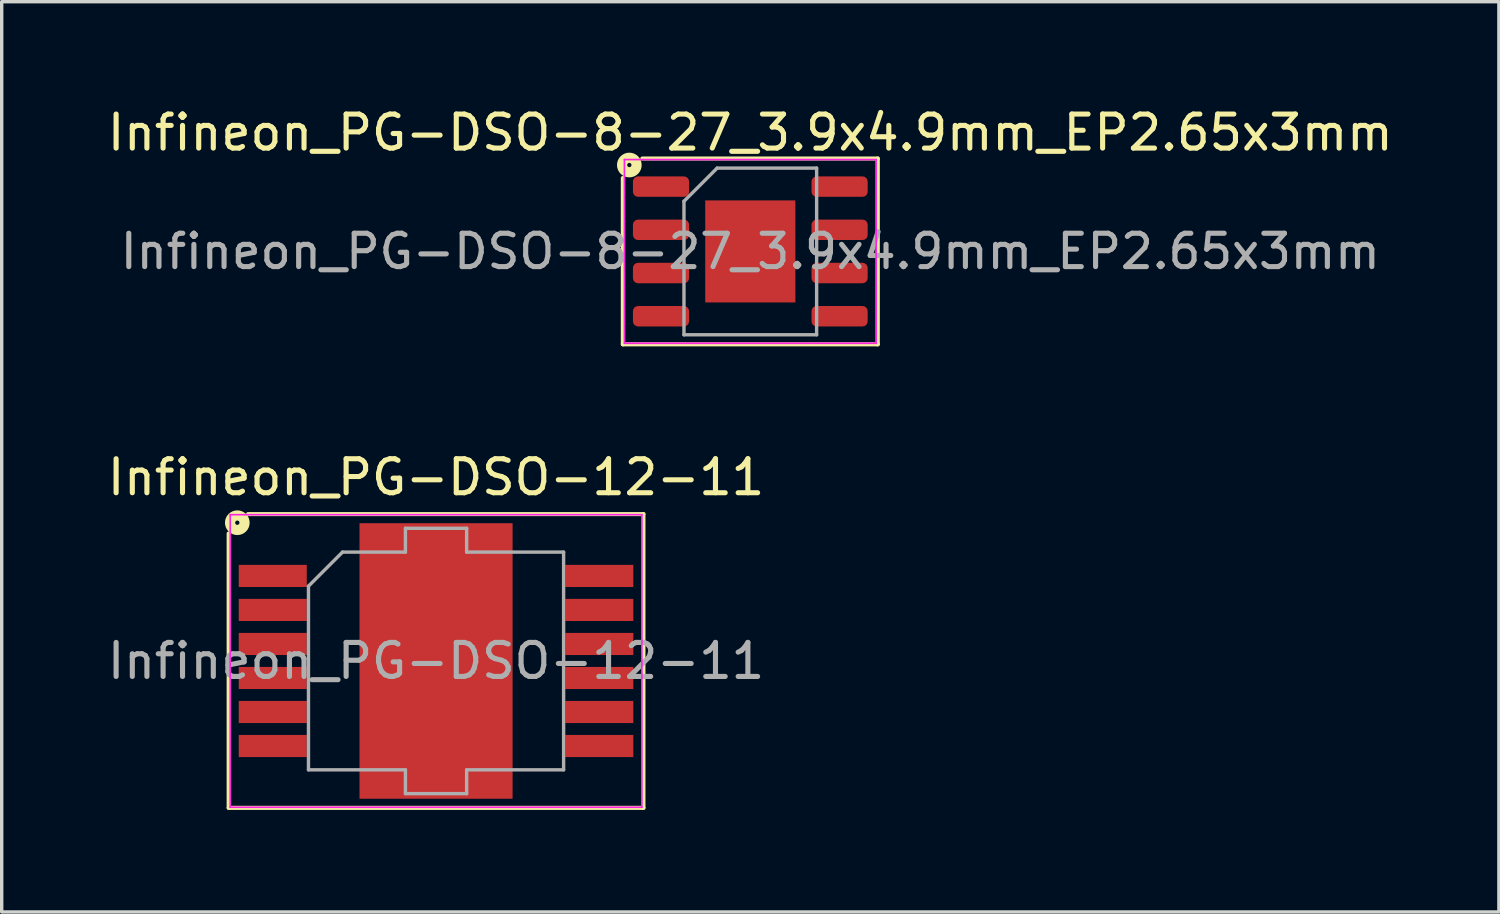
<source format=kicad_pcb>
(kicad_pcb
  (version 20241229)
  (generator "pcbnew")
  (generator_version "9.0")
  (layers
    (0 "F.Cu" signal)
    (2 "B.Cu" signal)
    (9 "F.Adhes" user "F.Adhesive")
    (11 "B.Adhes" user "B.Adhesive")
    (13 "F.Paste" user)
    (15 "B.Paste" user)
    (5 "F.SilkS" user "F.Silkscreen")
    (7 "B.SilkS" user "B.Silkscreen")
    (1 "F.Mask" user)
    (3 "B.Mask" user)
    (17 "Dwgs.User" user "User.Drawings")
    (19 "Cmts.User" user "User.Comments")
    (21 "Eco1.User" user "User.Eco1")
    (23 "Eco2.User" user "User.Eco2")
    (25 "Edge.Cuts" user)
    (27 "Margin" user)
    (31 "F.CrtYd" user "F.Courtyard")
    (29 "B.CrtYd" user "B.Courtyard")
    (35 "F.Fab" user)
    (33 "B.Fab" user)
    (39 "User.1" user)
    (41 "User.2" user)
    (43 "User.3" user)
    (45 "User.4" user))
  (footprint "Infineon_PG-DSO-12-11"
    (layer "F.Cu")
    (at 9.768 16.38)
    (property "Reference" "Infineon_PG-DSO-12-11" (at 0 -5.4 0) (layer "F.SilkS") (effects (font (size 1 1) (thickness 0.15))))
    (attr smd)
    (fp_line (start -6.096 -3.747) (end -6.096 4.318) (stroke (width 0.12) (type solid)) (layer "F.SilkS"))
    (fp_line (start -6.096 4.318) (end 6.096 4.318) (stroke (width 0.12) (type solid)) (layer "F.SilkS"))
    (fp_line (start 6.096 -4.318) (end -5.524 -4.318) (stroke (width 0.12) (type solid)) (layer "F.SilkS"))
    (fp_line (start 6.096 4.318) (end 6.096 -4.318) (stroke (width 0.12) (type solid)) (layer "F.SilkS"))
    (fp_circle (center -5.842 -4.064) (end -5.779 -4.064) (stroke (width 0.3) (type solid)) (fill no) (layer "F.SilkS"))
    (fp_line (start -6.05 -4.3) (end 6.05 -4.3) (stroke (width 0.05) (type solid)) (layer "F.CrtYd"))
    (fp_line (start -6.05 4.3) (end -6.05 -4.3) (stroke (width 0.05) (type solid)) (layer "F.CrtYd"))
    (fp_line (start 6.05 -4.3) (end 6.05 4.3) (stroke (width 0.05) (type solid)) (layer "F.CrtYd"))
    (fp_line (start 6.05 4.3) (end -6.05 4.3) (stroke (width 0.05) (type solid)) (layer "F.CrtYd"))
    (fp_line (start -3.75 3.2) (end -3.75 -2.2) (stroke (width 0.1) (type solid)) (layer "F.Fab"))
    (fp_line (start -2.75 -3.2) (end -3.75 -2.2) (stroke (width 0.1) (type solid)) (layer "F.Fab"))
    (fp_line (start -2.75 -3.2) (end -0.9 -3.2) (stroke (width 0.1) (type solid)) (layer "F.Fab"))
    (fp_line (start -0.9 -3.9) (end 0.9 -3.9) (stroke (width 0.1) (type solid)) (layer "F.Fab"))
    (fp_line (start -0.9 -3.2) (end -0.9 -3.9) (stroke (width 0.1) (type solid)) (layer "F.Fab"))
    (fp_line (start -0.9 3.2) (end -3.75 3.2) (stroke (width 0.1) (type solid)) (layer "F.Fab"))
    (fp_line (start -0.9 3.9) (end -0.9 3.2) (stroke (width 0.1) (type solid)) (layer "F.Fab"))
    (fp_line (start 0.9 -3.9) (end 0.9 -3.2) (stroke (width 0.1) (type solid)) (layer "F.Fab"))
    (fp_line (start 0.9 -3.2) (end 3.75 -3.2) (stroke (width 0.1) (type solid)) (layer "F.Fab"))
    (fp_line (start 0.9 3.2) (end 0.9 3.9) (stroke (width 0.1) (type solid)) (layer "F.Fab"))
    (fp_line (start 0.9 3.9) (end -0.9 3.9) (stroke (width 0.1) (type solid)) (layer "F.Fab"))
    (fp_line (start 3.75 -3.2) (end 3.75 3.2) (stroke (width 0.1) (type solid)) (layer "F.Fab"))
    (fp_line (start 3.75 3.2) (end 0.9 3.2) (stroke (width 0.1) (type solid)) (layer "F.Fab"))
    (fp_text user "${REFERENCE}" (at 0 0 0) (layer "F.Fab") (effects (font (size 1 1) (thickness 0.15))))
    (pad "" smd rect (at -1.125 -2.92) (size 1.95 1.16) (layers "F.Paste"))
    (pad "" smd rect (at -1.125 -1.46) (size 1.95 1.16) (layers "F.Paste"))
    (pad "" smd rect (at -1.125 0) (size 1.95 1.16) (layers "F.Paste"))
    (pad "" smd rect (at -1.125 1.46) (size 1.95 1.16) (layers "F.Paste"))
    (pad "" smd rect (at -1.125 2.92) (size 1.95 1.16) (layers "F.Paste"))
    (pad "" smd rect (at 1.125 -2.92) (size 1.95 1.16) (layers "F.Paste"))
    (pad "" smd rect (at 1.125 -1.46) (size 1.95 1.16) (layers "F.Paste"))
    (pad "" smd rect (at 1.125 0) (size 1.95 1.16) (layers "F.Paste"))
    (pad "" smd rect (at 1.125 1.46) (size 1.95 1.16) (layers "F.Paste"))
    (pad "" smd rect (at 1.125 2.92) (size 1.95 1.16) (layers "F.Paste"))
    (pad "1" smd rect (at -4.8 -2.5) (size 2 0.65) (layers "F.Cu" "F.Mask" "F.Paste"))
    (pad "2" smd rect (at -4.8 -1.5) (size 2 0.65) (layers "F.Cu" "F.Mask" "F.Paste"))
    (pad "3" smd rect (at -4.8 -0.5) (size 2 0.65) (layers "F.Cu" "F.Mask" "F.Paste"))
    (pad "4" smd rect (at -4.8 0.5) (size 2 0.65) (layers "F.Cu" "F.Mask" "F.Paste"))
    (pad "5" smd rect (at -4.8 1.5) (size 2 0.65) (layers "F.Cu" "F.Mask" "F.Paste"))
    (pad "6" smd rect (at -4.8 2.5) (size 2 0.65) (layers "F.Cu" "F.Mask" "F.Paste"))
    (pad "7" smd rect (at 4.8 2.5) (size 2 0.65) (layers "F.Cu" "F.Mask" "F.Paste"))
    (pad "8" smd rect (at 4.8 1.5) (size 2 0.65) (layers "F.Cu" "F.Mask" "F.Paste"))
    (pad "9" smd rect (at 4.8 0.5) (size 2 0.65) (layers "F.Cu" "F.Mask" "F.Paste"))
    (pad "10" smd rect (at 4.8 -0.5) (size 2 0.65) (layers "F.Cu" "F.Mask" "F.Paste"))
    (pad "11" smd rect (at 4.8 -1.5) (size 2 0.65) (layers "F.Cu" "F.Mask" "F.Paste"))
    (pad "12" smd rect (at 4.8 -2.5) (size 2 0.65) (layers "F.Cu" "F.Mask" "F.Paste"))
    (pad "13" smd rect (at 0 0) (size 4.5 8.1) (layers "F.Cu" "F.Mask")))
  (footprint "Infineon_PG-DSO-8-27_3.9x4.9mm_EP2.65x3mm"
    (layer "F.Cu")
    (at 19.006 4.341)
    (property "Reference" "Infineon_PG-DSO-8-27_3.9x4.9mm_EP2.65x3mm" (at 0 -3.493 0) (layer "F.SilkS") (effects (font (size 1 1) (thickness 0.15))))
    (attr smd)
    (fp_line (start -3.747 2.731) (end -3.747 -2.159) (stroke (width 0.12) (type solid)) (layer "F.SilkS"))
    (fp_line (start -3.175 -2.731) (end 3.747 -2.731) (stroke (width 0.12) (type solid)) (layer "F.SilkS"))
    (fp_line (start 3.747 -2.731) (end 3.747 2.731) (stroke (width 0.12) (type solid)) (layer "F.SilkS"))
    (fp_line (start 3.747 2.731) (end -3.747 2.731) (stroke (width 0.12) (type solid)) (layer "F.SilkS"))
    (fp_circle (center -3.556 -2.54) (end -3.493 -2.54) (stroke (width 0.3) (type solid)) (fill no) (layer "F.SilkS"))
    (fp_line (start -3.7 -2.7) (end -3.7 2.7) (stroke (width 0.05) (type solid)) (layer "F.CrtYd"))
    (fp_line (start -3.7 2.7) (end 3.7 2.7) (stroke (width 0.05) (type solid)) (layer "F.CrtYd"))
    (fp_line (start 3.7 -2.7) (end -3.7 -2.7) (stroke (width 0.05) (type solid)) (layer "F.CrtYd"))
    (fp_line (start 3.7 2.7) (end 3.7 -2.7) (stroke (width 0.05) (type solid)) (layer "F.CrtYd"))
    (fp_line (start -1.95 -1.475) (end -0.975 -2.45) (stroke (width 0.1) (type solid)) (layer "F.Fab"))
    (fp_line (start -1.95 2.45) (end -1.95 -1.475) (stroke (width 0.1) (type solid)) (layer "F.Fab"))
    (fp_line (start -0.975 -2.45) (end 1.95 -2.45) (stroke (width 0.1) (type solid)) (layer "F.Fab"))
    (fp_line (start 1.95 -2.45) (end 1.95 2.45) (stroke (width 0.1) (type solid)) (layer "F.Fab"))
    (fp_line (start 1.95 2.45) (end -1.95 2.45) (stroke (width 0.1) (type solid)) (layer "F.Fab"))
    (fp_text user "${REFERENCE}" (at 0 0 0) (layer "F.Fab") (effects (font (size 0.98 0.98) (thickness 0.15))))
    (pad "" smd roundrect (at -0.66 -0.75) (size 1.07 1.21) (layers "F.Paste") (roundrect_rratio 0.234))
    (pad "" smd roundrect (at -0.66 0.75) (size 1.07 1.21) (layers "F.Paste") (roundrect_rratio 0.234))
    (pad "" smd roundrect (at 0.66 -0.75) (size 1.07 1.21) (layers "F.Paste") (roundrect_rratio 0.234))
    (pad "" smd roundrect (at 0.66 0.75) (size 1.07 1.21) (layers "F.Paste") (roundrect_rratio 0.234))
    (pad "1" smd roundrect (at -2.625 -1.905) (size 1.65 0.6) (layers "F.Cu" "F.Mask" "F.Paste") (roundrect_rratio 0.25))
    (pad "2" smd roundrect (at -2.625 -0.635) (size 1.65 0.6) (layers "F.Cu" "F.Mask" "F.Paste") (roundrect_rratio 0.25))
    (pad "3" smd roundrect (at -2.625 0.635) (size 1.65 0.6) (layers "F.Cu" "F.Mask" "F.Paste") (roundrect_rratio 0.25))
    (pad "4" smd roundrect (at -2.625 1.905) (size 1.65 0.6) (layers "F.Cu" "F.Mask" "F.Paste") (roundrect_rratio 0.25))
    (pad "5" smd roundrect (at 2.625 1.905) (size 1.65 0.6) (layers "F.Cu" "F.Mask" "F.Paste") (roundrect_rratio 0.25))
    (pad "6" smd roundrect (at 2.625 0.635) (size 1.65 0.6) (layers "F.Cu" "F.Mask" "F.Paste") (roundrect_rratio 0.25))
    (pad "7" smd roundrect (at 2.625 -0.635) (size 1.65 0.6) (layers "F.Cu" "F.Mask" "F.Paste") (roundrect_rratio 0.25))
    (pad "8" smd roundrect (at 2.625 -1.905) (size 1.65 0.6) (layers "F.Cu" "F.Mask" "F.Paste") (roundrect_rratio 0.25))
    (pad "9" smd rect (at 0 0) (size 2.65 3) (layers "F.Cu" "F.Mask")))
  (gr_rect
    (start -3 -3)
    (end 41.012 23.758)
    (stroke (width 0.1) (type default))
    (fill no)
    (layer "Edge.Cuts")))
</source>
